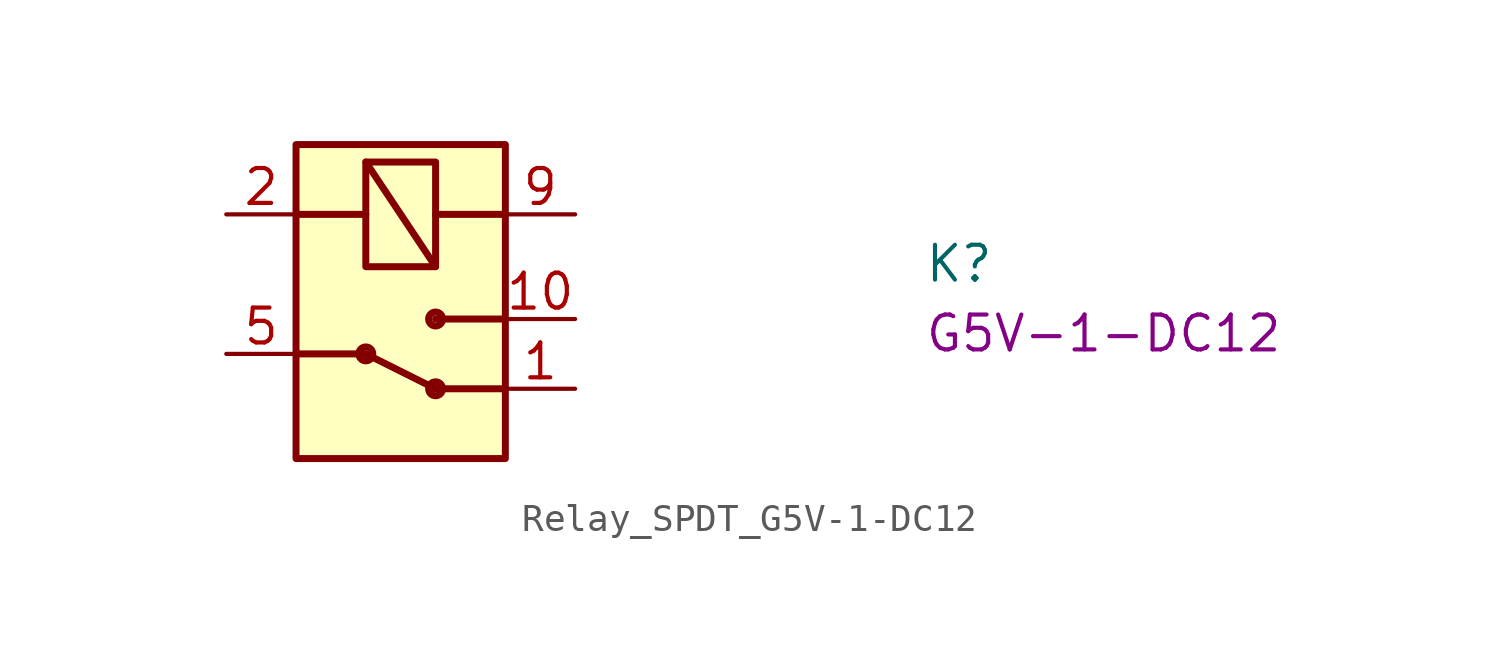
<source format=kicad_sym>
(kicad_symbol_lib
  (version 20220914)
  (generator kicad_symbol_editor)
  (symbol "Relay_SPDT_G5V-1-DC12"
    (pin_names hide)
    (property "Reference" "K"
      (at 25.4 -2.54 0)
      (effects (font (size 1.27 1.27) (thickness 0.15)) (justify left bottom)))
    (property "MPN" "G5V-1-DC12"
      (at 25.4 -5.08 0)
      (effects (font (size 1.27 1.27) (thickness 0.15)) (justify left bottom)))
    (symbol "Relay_SPDT_G5V-1-DC12_1_1"
      (polyline (pts (xy 2.54 -5.08) (xy 5.08 -5.08)) (stroke (width 0.254) (type default)) (fill (type background)))
      (polyline (pts (xy 2.54 0) (xy 5.08 0)) (stroke (width 0.254) (type default)) (fill (type background)))
      (polyline (pts (xy 5.08 -5.08) (xy 7.62 -6.35)) (stroke (width 0.254) (type default)) (fill (type background)))
      (polyline (pts (xy 5.08 1.905) (xy 7.62 -1.905)) (stroke (width 0.254) (type default)) (fill (type background)))
      (polyline (pts (xy 7.62 0) (xy 10.16 0)) (stroke (width 0.254) (type default)) (fill (type background)))
      (polyline (pts (xy 10.16 -6.35) (xy 7.62 -6.35)) (stroke (width 0.254) (type default)) (fill (type background)))
      (polyline (pts (xy 10.16 -3.81) (xy 7.62 -3.81)) (stroke (width 0.254) (type default)) (fill (type background)))
      (rectangle (start 2.54 2.54) (end 10.16 -8.89) (stroke (width 0.254) (type default)) (fill (type background)))
      (circle (center 5.08 -5.08) (radius 0.254) (stroke (width 0.254) (type default)) (fill (type background)))
      (circle (center 7.62 -6.35) (radius 0.254) (stroke (width 0.254) (type default)) (fill (type background)))
      (circle (center 7.62 -3.81) (radius 0.254) (stroke (width 0.254) (type default)) (fill (type background)))
      (rectangle (start 7.62 1.905) (end 5.08 -1.905) (stroke (width 0.254) (type default)) (fill (type background)))
      (pin passive line (at 12.7 -6.35 180) (length 2.54) (name "NC1" (effects (font (size 1.27 1.27)))) (number "1" (effects (font (size 1.27 1.27)))))
      (pin passive line (at 12.7 -3.81 180) (length 2.54) (name "NO1" (effects (font (size 1.27 1.27)))) (number "10" (effects (font (size 1.27 1.27)))))
      (pin passive line (at 0 0 0) (length 2.54) (name "~" (effects (font (size 1.27 1.27)))) (number "2" (effects (font (size 1.27 1.27)))))
      (pin passive line (at 0 -5.08 0) (length 2.54) (name "COM1" (effects (font (size 1.27 1.27)))) (number "5" (effects (font (size 1.27 1.27)))))
      (pin passive line (at 0 -5.08 0) (length 2.54) hide (name "COM1" (effects (font (size 1.27 1.27)))) (number "6" (effects (font (size 1.27 1.27)))))
      (pin passive line (at 12.7 0 180) (length 2.54) (name "~" (effects (font (size 1.27 1.27)))) (number "9" (effects (font (size 1.27 1.27))))))))
</source>
